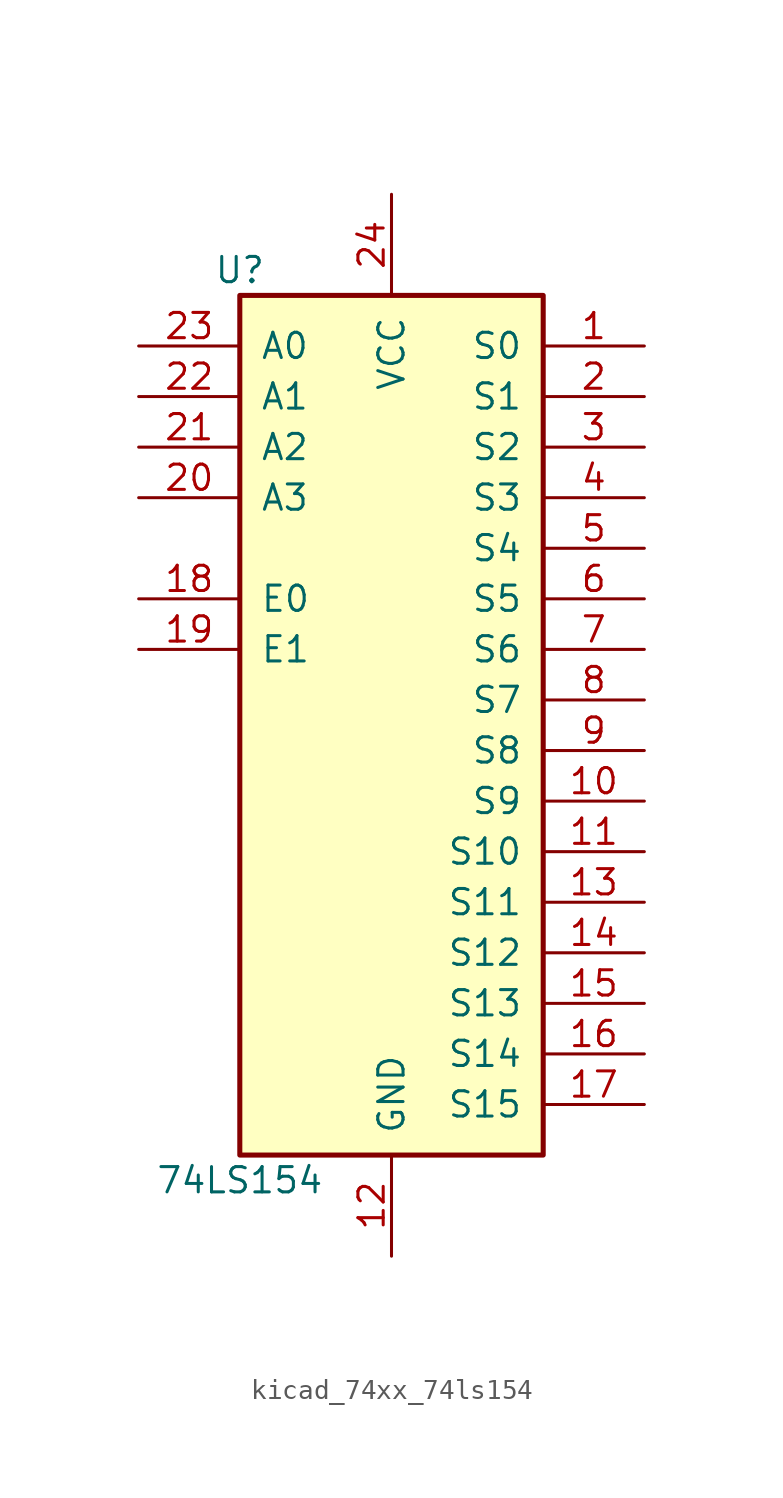
<source format=kicad_sym>
(kicad_symbol_lib
  (version 20220914)
  (generator kicad_symbol_editor)
  (symbol "kicad_74xx_74ls154"
    (pin_names
      (offset 1.016))
    (property "Reference" "U"
      (at -7.62 21.59 0)
      (effects (font (size 1.27 1.27))))
    (property "Value" "74LS154"
      (at -7.62 -24.13 0)
      (effects (font (size 1.27 1.27))))
    (property "ki_locked" ""
      (at 0 0 0)
      (effects (font (size 1.27 1.27))))
    (symbol "kicad_74xx_74ls154_1_0"
      (pin output line (at 12.7 17.78 180) (length 5.08) (name "S0" (effects (font (size 1.27 1.27)))) (number "1" (effects (font (size 1.27 1.27)))))
      (pin output line (at 12.7 -5.08 180) (length 5.08) (name "S9" (effects (font (size 1.27 1.27)))) (number "10" (effects (font (size 1.27 1.27)))))
      (pin output line (at 12.7 -7.62 180) (length 5.08) (name "S10" (effects (font (size 1.27 1.27)))) (number "11" (effects (font (size 1.27 1.27)))))
      (pin power_in line (at 0 -27.94 90) (length 5.08) (name "GND" (effects (font (size 1.27 1.27)))) (number "12" (effects (font (size 1.27 1.27)))))
      (pin output line (at 12.7 -10.16 180) (length 5.08) (name "S11" (effects (font (size 1.27 1.27)))) (number "13" (effects (font (size 1.27 1.27)))))
      (pin output line (at 12.7 -12.7 180) (length 5.08) (name "S12" (effects (font (size 1.27 1.27)))) (number "14" (effects (font (size 1.27 1.27)))))
      (pin output line (at 12.7 -15.24 180) (length 5.08) (name "S13" (effects (font (size 1.27 1.27)))) (number "15" (effects (font (size 1.27 1.27)))))
      (pin output line (at 12.7 -17.78 180) (length 5.08) (name "S14" (effects (font (size 1.27 1.27)))) (number "16" (effects (font (size 1.27 1.27)))))
      (pin output line (at 12.7 -20.32 180) (length 5.08) (name "S15" (effects (font (size 1.27 1.27)))) (number "17" (effects (font (size 1.27 1.27)))))
      (pin input line (at -12.7 5.08 0) (length 5.08) (name "E0" (effects (font (size 1.27 1.27)))) (number "18" (effects (font (size 1.27 1.27)))))
      (pin input line (at -12.7 2.54 0) (length 5.08) (name "E1" (effects (font (size 1.27 1.27)))) (number "19" (effects (font (size 1.27 1.27)))))
      (pin output line (at 12.7 15.24 180) (length 5.08) (name "S1" (effects (font (size 1.27 1.27)))) (number "2" (effects (font (size 1.27 1.27)))))
      (pin input line (at -12.7 10.16 0) (length 5.08) (name "A3" (effects (font (size 1.27 1.27)))) (number "20" (effects (font (size 1.27 1.27)))))
      (pin input line (at -12.7 12.7 0) (length 5.08) (name "A2" (effects (font (size 1.27 1.27)))) (number "21" (effects (font (size 1.27 1.27)))))
      (pin input line (at -12.7 15.24 0) (length 5.08) (name "A1" (effects (font (size 1.27 1.27)))) (number "22" (effects (font (size 1.27 1.27)))))
      (pin input line (at -12.7 17.78 0) (length 5.08) (name "A0" (effects (font (size 1.27 1.27)))) (number "23" (effects (font (size 1.27 1.27)))))
      (pin power_in line (at 0 25.4 270) (length 5.08) (name "VCC" (effects (font (size 1.27 1.27)))) (number "24" (effects (font (size 1.27 1.27)))))
      (pin output line (at 12.7 12.7 180) (length 5.08) (name "S2" (effects (font (size 1.27 1.27)))) (number "3" (effects (font (size 1.27 1.27)))))
      (pin output line (at 12.7 10.16 180) (length 5.08) (name "S3" (effects (font (size 1.27 1.27)))) (number "4" (effects (font (size 1.27 1.27)))))
      (pin output line (at 12.7 7.62 180) (length 5.08) (name "S4" (effects (font (size 1.27 1.27)))) (number "5" (effects (font (size 1.27 1.27)))))
      (pin output line (at 12.7 5.08 180) (length 5.08) (name "S5" (effects (font (size 1.27 1.27)))) (number "6" (effects (font (size 1.27 1.27)))))
      (pin output line (at 12.7 2.54 180) (length 5.08) (name "S6" (effects (font (size 1.27 1.27)))) (number "7" (effects (font (size 1.27 1.27)))))
      (pin output line (at 12.7 0 180) (length 5.08) (name "S7" (effects (font (size 1.27 1.27)))) (number "8" (effects (font (size 1.27 1.27)))))
      (pin output line (at 12.7 -2.54 180) (length 5.08) (name "S8" (effects (font (size 1.27 1.27)))) (number "9" (effects (font (size 1.27 1.27))))))
    (symbol "kicad_74xx_74ls154_1_1"
      (rectangle (start -7.62 20.32) (end 7.62 -22.86) (stroke (width 0.254) (type default)) (fill (type background))))))
</source>
